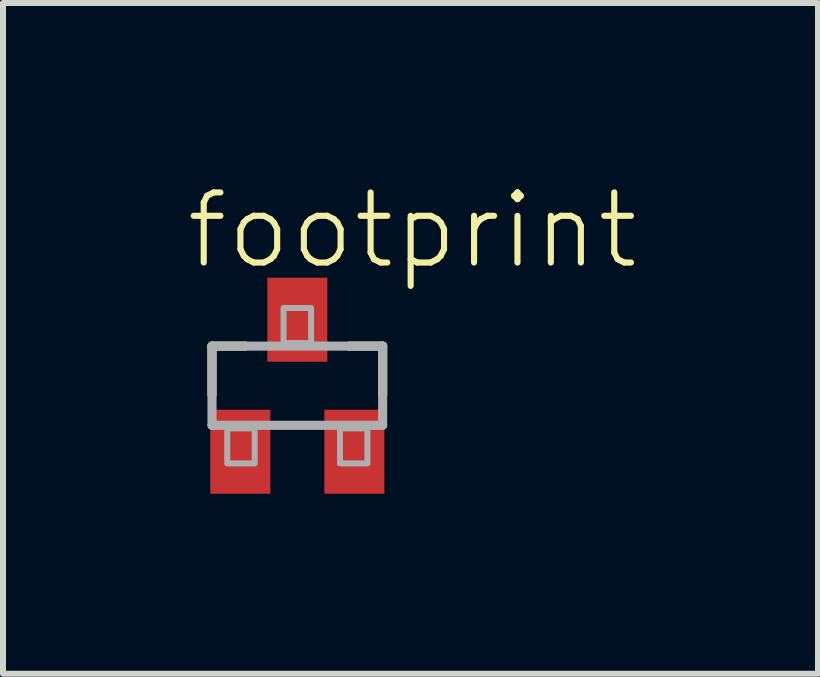
<source format=kicad_pcb>
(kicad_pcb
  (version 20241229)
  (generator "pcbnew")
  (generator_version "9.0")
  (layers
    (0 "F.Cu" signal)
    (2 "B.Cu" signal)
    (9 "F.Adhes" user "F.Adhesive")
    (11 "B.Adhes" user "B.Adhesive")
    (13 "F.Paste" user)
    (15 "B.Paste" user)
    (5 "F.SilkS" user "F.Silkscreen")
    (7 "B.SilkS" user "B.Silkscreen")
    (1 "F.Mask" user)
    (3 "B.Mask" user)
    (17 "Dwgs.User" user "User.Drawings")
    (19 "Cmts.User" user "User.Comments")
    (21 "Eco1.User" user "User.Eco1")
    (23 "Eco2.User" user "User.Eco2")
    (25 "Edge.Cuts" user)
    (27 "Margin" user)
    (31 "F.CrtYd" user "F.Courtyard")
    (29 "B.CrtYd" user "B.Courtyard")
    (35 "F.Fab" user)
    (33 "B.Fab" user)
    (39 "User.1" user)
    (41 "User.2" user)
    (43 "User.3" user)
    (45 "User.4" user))
  (footprint "footprint"
    (layer "F.Cu")
    (at 1.905 3.378)
    (property "Reference" "footprint" (at -1.905 -1.905 0) (layer "F.SilkS") (effects (font (size 1.168 1.168) (thickness 0.102)) (justify left bottom)))
    (fp_line (start -1.422 -0.66) (end -0.864 -0.66) (stroke (width 0.152) (type solid)) (layer "F.SilkS"))
    (fp_line (start -1.422 0.152) (end -1.422 -0.66) (stroke (width 0.152) (type solid)) (layer "F.SilkS"))
    (fp_line (start 0.864 -0.66) (end 1.422 -0.66) (stroke (width 0.152) (type solid)) (layer "F.SilkS"))
    (fp_line (start 1.422 -0.66) (end 1.422 0.152) (stroke (width 0.152) (type solid)) (layer "F.SilkS"))
    (fp_line (start -1.422 -0.66) (end 1.422 -0.66) (stroke (width 0.152) (type solid)) (layer "F.Fab"))
    (fp_line (start -1.422 0.66) (end -1.422 -0.66) (stroke (width 0.152) (type solid)) (layer "F.Fab"))
    (fp_line (start 1.422 -0.66) (end 1.422 0.66) (stroke (width 0.152) (type solid)) (layer "F.Fab"))
    (fp_line (start 1.422 0.66) (end -1.422 0.66) (stroke (width 0.152) (type solid)) (layer "F.Fab"))
    (fp_poly (pts (xy -1.168 1.295) (xy -0.711 1.295) (xy -0.711 0.711) (xy -1.168 0.711)) (stroke (width 0.1) (type solid)) (fill no) (layer "F.Fab"))
    (fp_poly (pts (xy -0.229 -0.711) (xy 0.229 -0.711) (xy 0.229 -1.295) (xy -0.229 -1.295)) (stroke (width 0.1) (type solid)) (fill no) (layer "F.Fab"))
    (fp_poly (pts (xy 0.711 1.295) (xy 1.168 1.295) (xy 1.168 0.711) (xy 0.711 0.711)) (stroke (width 0.1) (type solid)) (fill no) (layer "F.Fab"))
    (pad "1" smd rect (at -0.95 1.1) (size 1 1.4) (layers "F.Cu" "F.Mask" "F.Paste"))
    (pad "2" smd rect (at 0.95 1.1) (size 1 1.4) (layers "F.Cu" "F.Mask" "F.Paste"))
    (pad "3" smd rect (at 0 -1.1) (size 1 1.4) (layers "F.Cu" "F.Mask" "F.Paste")))
  (gr_rect
    (start -3 -3)
    (end 10.582 8.178)
    (stroke (width 0.1) (type default))
    (fill no)
    (layer "Edge.Cuts")))
</source>
